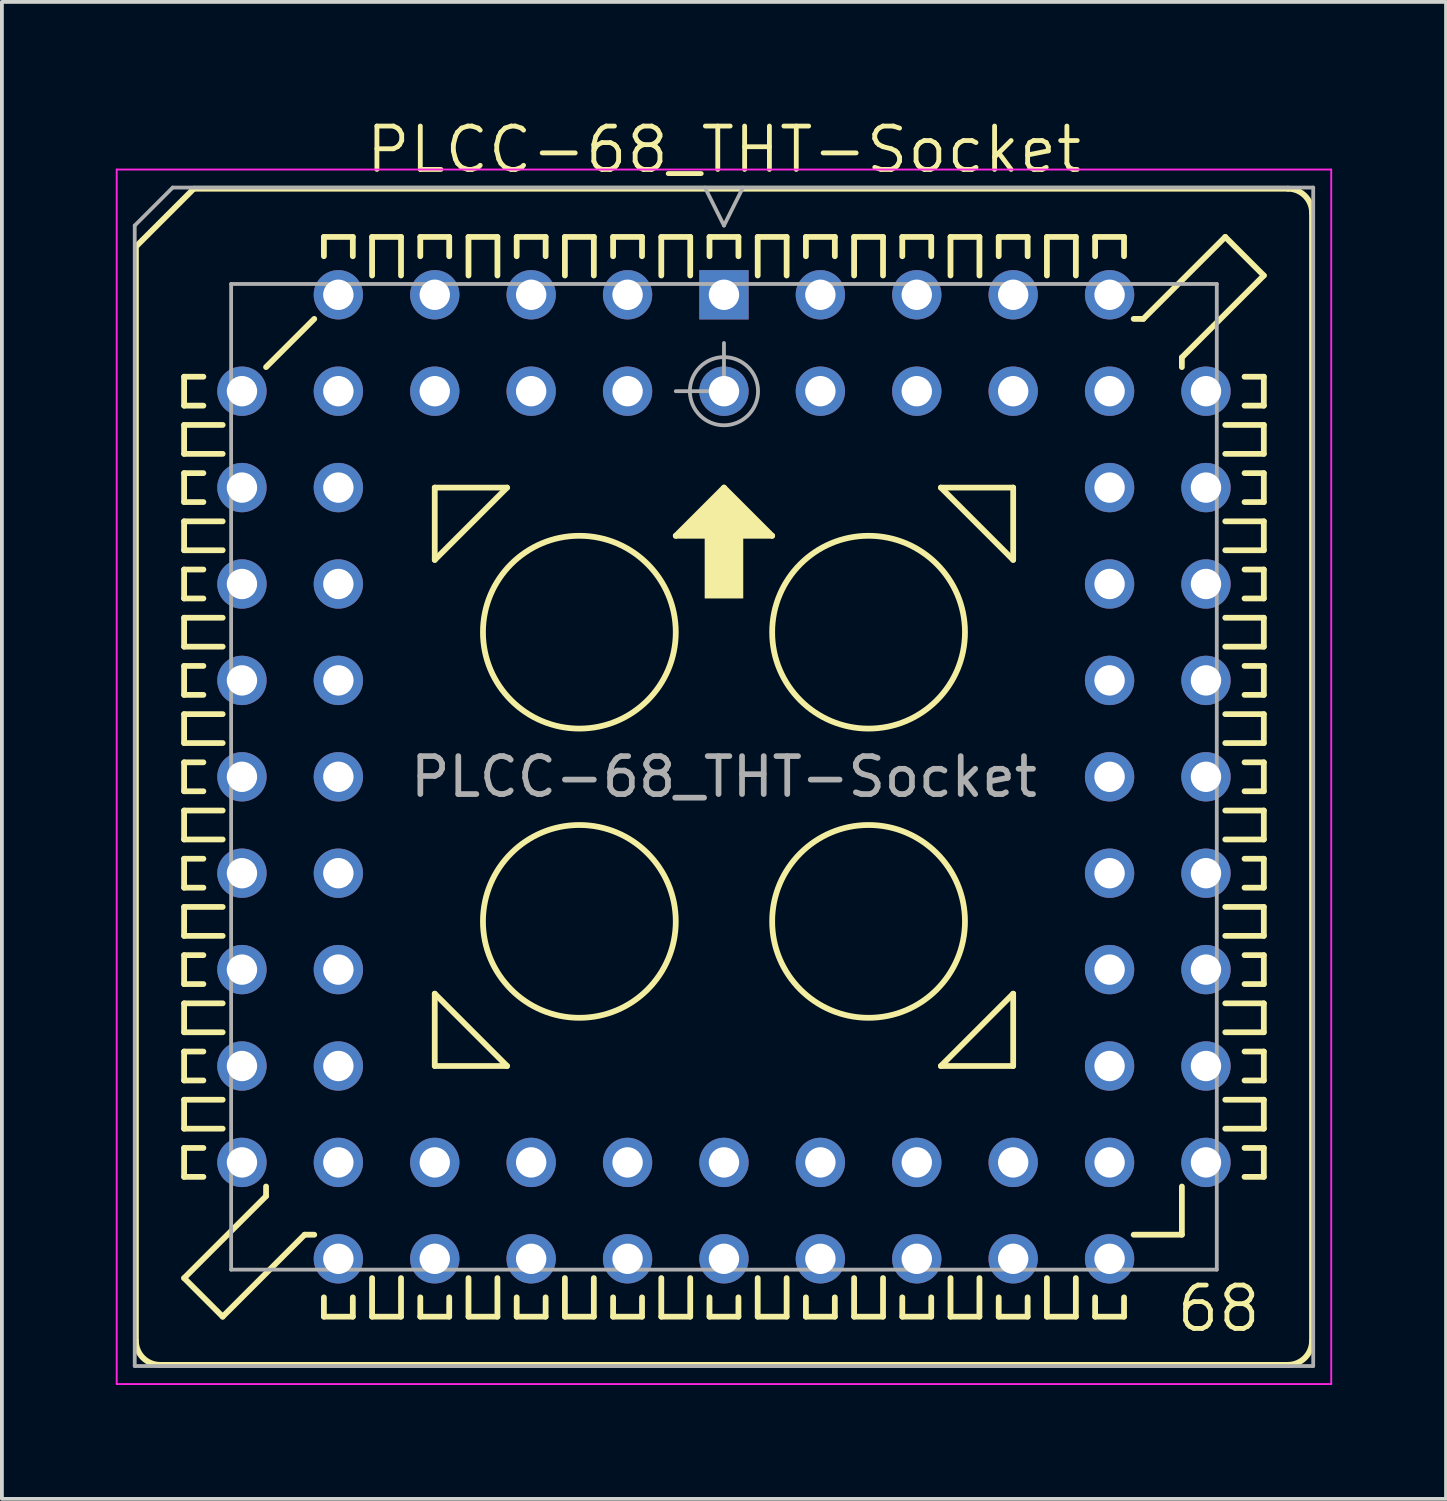
<source format=kicad_pcb>
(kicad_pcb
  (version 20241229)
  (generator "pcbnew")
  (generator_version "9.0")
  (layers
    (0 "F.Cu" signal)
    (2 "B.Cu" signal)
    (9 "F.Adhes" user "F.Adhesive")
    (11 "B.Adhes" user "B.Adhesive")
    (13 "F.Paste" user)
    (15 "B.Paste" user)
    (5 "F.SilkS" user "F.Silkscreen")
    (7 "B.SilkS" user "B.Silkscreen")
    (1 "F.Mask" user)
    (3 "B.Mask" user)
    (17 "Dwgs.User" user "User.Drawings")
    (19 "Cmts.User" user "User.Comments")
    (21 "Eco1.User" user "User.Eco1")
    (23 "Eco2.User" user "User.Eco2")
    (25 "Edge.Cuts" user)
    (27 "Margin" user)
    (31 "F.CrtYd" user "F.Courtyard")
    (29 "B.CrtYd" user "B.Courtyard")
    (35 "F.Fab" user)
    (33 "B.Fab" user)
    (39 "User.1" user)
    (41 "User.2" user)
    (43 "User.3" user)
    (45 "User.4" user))
  (footprint "PLCC-68_THT-Socket"
    (layer "F.Cu")
    (at 16.025 4.717)
    (property "Reference" "PLCC-68_THT-Socket" (at 0 -3.825 0) (layer "F.SilkS") (effects (font (size 1.143 1.143) (thickness 0.127))))
    (attr through_hole)
    (fp_line (start -15.494 -1.27) (end -15.494 27.559) (stroke (width 0.152) (type solid)) (layer "F.SilkS"))
    (fp_line (start -15.494 -1.27) (end -13.97 -2.794) (stroke (width 0.152) (type solid)) (layer "F.SilkS"))
    (fp_line (start -14.859 28.194) (end 14.859 28.194) (stroke (width 0.152) (type solid)) (layer "F.SilkS"))
    (fp_line (start -14.224 2.159) (end -14.224 2.921) (stroke (width 0.152) (type solid)) (layer "F.SilkS"))
    (fp_line (start -14.224 2.921) (end -13.716 2.921) (stroke (width 0.152) (type solid)) (layer "F.SilkS"))
    (fp_line (start -14.224 3.429) (end -14.224 4.191) (stroke (width 0.152) (type solid)) (layer "F.SilkS"))
    (fp_line (start -14.224 4.191) (end -13.208 4.191) (stroke (width 0.152) (type solid)) (layer "F.SilkS"))
    (fp_line (start -14.224 4.699) (end -13.716 4.699) (stroke (width 0.152) (type solid)) (layer "F.SilkS"))
    (fp_line (start -14.224 5.461) (end -14.224 4.699) (stroke (width 0.152) (type solid)) (layer "F.SilkS"))
    (fp_line (start -14.224 5.969) (end -14.224 6.731) (stroke (width 0.152) (type solid)) (layer "F.SilkS"))
    (fp_line (start -14.224 6.731) (end -13.208 6.731) (stroke (width 0.152) (type solid)) (layer "F.SilkS"))
    (fp_line (start -14.224 7.239) (end -14.224 8.001) (stroke (width 0.152) (type solid)) (layer "F.SilkS"))
    (fp_line (start -14.224 8.001) (end -13.716 8.001) (stroke (width 0.152) (type solid)) (layer "F.SilkS"))
    (fp_line (start -14.224 8.509) (end -14.224 9.271) (stroke (width 0.152) (type solid)) (layer "F.SilkS"))
    (fp_line (start -14.224 9.271) (end -13.208 9.271) (stroke (width 0.152) (type solid)) (layer "F.SilkS"))
    (fp_line (start -14.224 9.779) (end -14.224 10.541) (stroke (width 0.152) (type solid)) (layer "F.SilkS"))
    (fp_line (start -14.224 10.541) (end -13.716 10.541) (stroke (width 0.152) (type solid)) (layer "F.SilkS"))
    (fp_line (start -14.224 11.049) (end -13.208 11.049) (stroke (width 0.152) (type solid)) (layer "F.SilkS"))
    (fp_line (start -14.224 11.811) (end -14.224 11.049) (stroke (width 0.152) (type solid)) (layer "F.SilkS"))
    (fp_line (start -14.224 12.319) (end -13.716 12.319) (stroke (width 0.152) (type solid)) (layer "F.SilkS"))
    (fp_line (start -14.224 13.081) (end -14.224 12.319) (stroke (width 0.152) (type solid)) (layer "F.SilkS"))
    (fp_line (start -14.224 13.589) (end -13.208 13.589) (stroke (width 0.152) (type solid)) (layer "F.SilkS"))
    (fp_line (start -14.224 14.351) (end -14.224 13.589) (stroke (width 0.152) (type solid)) (layer "F.SilkS"))
    (fp_line (start -14.224 14.859) (end -13.716 14.859) (stroke (width 0.152) (type solid)) (layer "F.SilkS"))
    (fp_line (start -14.224 15.621) (end -14.224 14.859) (stroke (width 0.152) (type solid)) (layer "F.SilkS"))
    (fp_line (start -14.224 16.129) (end -13.208 16.129) (stroke (width 0.152) (type solid)) (layer "F.SilkS"))
    (fp_line (start -14.224 16.891) (end -14.224 16.129) (stroke (width 0.152) (type solid)) (layer "F.SilkS"))
    (fp_line (start -14.224 17.399) (end -13.716 17.399) (stroke (width 0.152) (type solid)) (layer "F.SilkS"))
    (fp_line (start -14.224 18.161) (end -14.224 17.399) (stroke (width 0.152) (type solid)) (layer "F.SilkS"))
    (fp_line (start -14.224 18.669) (end -14.224 19.431) (stroke (width 0.152) (type solid)) (layer "F.SilkS"))
    (fp_line (start -14.224 19.431) (end -13.208 19.431) (stroke (width 0.152) (type solid)) (layer "F.SilkS"))
    (fp_line (start -14.224 19.939) (end -14.224 20.701) (stroke (width 0.152) (type solid)) (layer "F.SilkS"))
    (fp_line (start -14.224 20.701) (end -13.716 20.701) (stroke (width 0.152) (type solid)) (layer "F.SilkS"))
    (fp_line (start -14.224 21.209) (end -14.224 21.971) (stroke (width 0.152) (type solid)) (layer "F.SilkS"))
    (fp_line (start -14.224 21.971) (end -13.208 21.971) (stroke (width 0.152) (type solid)) (layer "F.SilkS"))
    (fp_line (start -14.224 22.479) (end -13.716 22.479) (stroke (width 0.152) (type solid)) (layer "F.SilkS"))
    (fp_line (start -14.224 23.241) (end -14.224 22.479) (stroke (width 0.152) (type solid)) (layer "F.SilkS"))
    (fp_line (start -14.224 25.908) (end -12.065 23.749) (stroke (width 0.152) (type solid)) (layer "F.SilkS"))
    (fp_line (start -13.716 2.159) (end -14.224 2.159) (stroke (width 0.152) (type solid)) (layer "F.SilkS"))
    (fp_line (start -13.716 5.461) (end -14.224 5.461) (stroke (width 0.152) (type solid)) (layer "F.SilkS"))
    (fp_line (start -13.716 7.239) (end -14.224 7.239) (stroke (width 0.152) (type solid)) (layer "F.SilkS"))
    (fp_line (start -13.716 9.779) (end -14.224 9.779) (stroke (width 0.152) (type solid)) (layer "F.SilkS"))
    (fp_line (start -13.716 13.081) (end -14.224 13.081) (stroke (width 0.152) (type solid)) (layer "F.SilkS"))
    (fp_line (start -13.716 15.621) (end -14.224 15.621) (stroke (width 0.152) (type solid)) (layer "F.SilkS"))
    (fp_line (start -13.716 18.161) (end -14.224 18.161) (stroke (width 0.152) (type solid)) (layer "F.SilkS"))
    (fp_line (start -13.716 19.939) (end -14.224 19.939) (stroke (width 0.152) (type solid)) (layer "F.SilkS"))
    (fp_line (start -13.716 23.241) (end -14.224 23.241) (stroke (width 0.152) (type solid)) (layer "F.SilkS"))
    (fp_line (start -13.208 3.429) (end -14.224 3.429) (stroke (width 0.152) (type solid)) (layer "F.SilkS"))
    (fp_line (start -13.208 5.969) (end -14.224 5.969) (stroke (width 0.152) (type solid)) (layer "F.SilkS"))
    (fp_line (start -13.208 8.509) (end -14.224 8.509) (stroke (width 0.152) (type solid)) (layer "F.SilkS"))
    (fp_line (start -13.208 11.811) (end -14.224 11.811) (stroke (width 0.152) (type solid)) (layer "F.SilkS"))
    (fp_line (start -13.208 14.351) (end -14.224 14.351) (stroke (width 0.152) (type solid)) (layer "F.SilkS"))
    (fp_line (start -13.208 16.891) (end -14.224 16.891) (stroke (width 0.152) (type solid)) (layer "F.SilkS"))
    (fp_line (start -13.208 18.669) (end -14.224 18.669) (stroke (width 0.152) (type solid)) (layer "F.SilkS"))
    (fp_line (start -13.208 21.209) (end -14.224 21.209) (stroke (width 0.152) (type solid)) (layer "F.SilkS"))
    (fp_line (start -13.208 26.924) (end -14.224 25.908) (stroke (width 0.152) (type solid)) (layer "F.SilkS"))
    (fp_line (start -12.065 1.905) (end -10.795 0.635) (stroke (width 0.152) (type solid)) (layer "F.SilkS"))
    (fp_line (start -12.065 23.495) (end -12.065 23.749) (stroke (width 0.152) (type solid)) (layer "F.SilkS"))
    (fp_line (start -11.049 24.765) (end -13.208 26.924) (stroke (width 0.152) (type solid)) (layer "F.SilkS"))
    (fp_line (start -11.049 24.765) (end -10.795 24.765) (stroke (width 0.152) (type solid)) (layer "F.SilkS"))
    (fp_line (start -10.541 -1.524) (end -10.541 -1.016) (stroke (width 0.152) (type solid)) (layer "F.SilkS"))
    (fp_line (start -10.541 26.416) (end -10.541 26.924) (stroke (width 0.152) (type solid)) (layer "F.SilkS"))
    (fp_line (start -10.541 26.924) (end -9.779 26.924) (stroke (width 0.152) (type solid)) (layer "F.SilkS"))
    (fp_line (start -9.779 -1.524) (end -10.541 -1.524) (stroke (width 0.152) (type solid)) (layer "F.SilkS"))
    (fp_line (start -9.779 -1.016) (end -9.779 -1.524) (stroke (width 0.152) (type solid)) (layer "F.SilkS"))
    (fp_line (start -9.779 26.924) (end -9.779 26.416) (stroke (width 0.152) (type solid)) (layer "F.SilkS"))
    (fp_line (start -9.271 -1.524) (end -9.271 -0.508) (stroke (width 0.152) (type solid)) (layer "F.SilkS"))
    (fp_line (start -9.271 25.908) (end -9.271 26.924) (stroke (width 0.152) (type solid)) (layer "F.SilkS"))
    (fp_line (start -9.271 26.924) (end -8.509 26.924) (stroke (width 0.152) (type solid)) (layer "F.SilkS"))
    (fp_line (start -8.509 -1.524) (end -9.271 -1.524) (stroke (width 0.152) (type solid)) (layer "F.SilkS"))
    (fp_line (start -8.509 -0.508) (end -8.509 -1.524) (stroke (width 0.152) (type solid)) (layer "F.SilkS"))
    (fp_line (start -8.509 26.924) (end -8.509 25.908) (stroke (width 0.152) (type solid)) (layer "F.SilkS"))
    (fp_line (start -8.001 -1.524) (end -8.001 -1.016) (stroke (width 0.152) (type solid)) (layer "F.SilkS"))
    (fp_line (start -8.001 26.924) (end -8.001 26.416) (stroke (width 0.152) (type solid)) (layer "F.SilkS"))
    (fp_line (start -7.62 5.08) (end -5.715 5.08) (stroke (width 0.152) (type solid)) (layer "F.SilkS"))
    (fp_line (start -7.62 6.985) (end -7.62 5.08) (stroke (width 0.152) (type solid)) (layer "F.SilkS"))
    (fp_line (start -7.62 18.415) (end -5.715 20.32) (stroke (width 0.152) (type solid)) (layer "F.SilkS"))
    (fp_line (start -7.62 20.32) (end -7.62 18.415) (stroke (width 0.152) (type solid)) (layer "F.SilkS"))
    (fp_line (start -7.62 20.32) (end -5.715 20.32) (stroke (width 0.152) (type solid)) (layer "F.SilkS"))
    (fp_line (start -7.239 -1.524) (end -8.001 -1.524) (stroke (width 0.152) (type solid)) (layer "F.SilkS"))
    (fp_line (start -7.239 -1.016) (end -7.239 -1.524) (stroke (width 0.152) (type solid)) (layer "F.SilkS"))
    (fp_line (start -7.239 26.416) (end -7.239 26.924) (stroke (width 0.152) (type solid)) (layer "F.SilkS"))
    (fp_line (start -7.239 26.924) (end -8.001 26.924) (stroke (width 0.152) (type solid)) (layer "F.SilkS"))
    (fp_line (start -6.731 -1.524) (end -6.731 -0.508) (stroke (width 0.152) (type solid)) (layer "F.SilkS"))
    (fp_line (start -6.731 25.908) (end -6.731 26.924) (stroke (width 0.152) (type solid)) (layer "F.SilkS"))
    (fp_line (start -6.731 26.924) (end -5.969 26.924) (stroke (width 0.152) (type solid)) (layer "F.SilkS"))
    (fp_line (start -5.969 -1.524) (end -6.731 -1.524) (stroke (width 0.152) (type solid)) (layer "F.SilkS"))
    (fp_line (start -5.969 -0.508) (end -5.969 -1.524) (stroke (width 0.152) (type solid)) (layer "F.SilkS"))
    (fp_line (start -5.969 26.924) (end -5.969 25.908) (stroke (width 0.152) (type solid)) (layer "F.SilkS"))
    (fp_line (start -5.715 5.08) (end -7.62 6.985) (stroke (width 0.152) (type solid)) (layer "F.SilkS"))
    (fp_line (start -5.461 -1.524) (end -5.461 -1.016) (stroke (width 0.152) (type solid)) (layer "F.SilkS"))
    (fp_line (start -5.461 26.416) (end -5.461 26.924) (stroke (width 0.152) (type solid)) (layer "F.SilkS"))
    (fp_line (start -5.461 26.924) (end -4.699 26.924) (stroke (width 0.152) (type solid)) (layer "F.SilkS"))
    (fp_line (start -4.699 -1.524) (end -5.461 -1.524) (stroke (width 0.152) (type solid)) (layer "F.SilkS"))
    (fp_line (start -4.699 -1.016) (end -4.699 -1.524) (stroke (width 0.152) (type solid)) (layer "F.SilkS"))
    (fp_line (start -4.699 26.924) (end -4.699 26.416) (stroke (width 0.152) (type solid)) (layer "F.SilkS"))
    (fp_line (start -4.191 -1.524) (end -4.191 -0.508) (stroke (width 0.152) (type solid)) (layer "F.SilkS"))
    (fp_line (start -4.191 25.908) (end -4.191 26.924) (stroke (width 0.152) (type solid)) (layer "F.SilkS"))
    (fp_line (start -4.191 26.924) (end -3.429 26.924) (stroke (width 0.152) (type solid)) (layer "F.SilkS"))
    (fp_line (start -3.429 -1.524) (end -4.191 -1.524) (stroke (width 0.152) (type solid)) (layer "F.SilkS"))
    (fp_line (start -3.429 -0.508) (end -3.429 -1.524) (stroke (width 0.152) (type solid)) (layer "F.SilkS"))
    (fp_line (start -3.429 26.924) (end -3.429 25.908) (stroke (width 0.152) (type solid)) (layer "F.SilkS"))
    (fp_line (start -2.921 -1.524) (end -2.921 -1.016) (stroke (width 0.152) (type solid)) (layer "F.SilkS"))
    (fp_line (start -2.921 26.416) (end -2.921 26.924) (stroke (width 0.152) (type solid)) (layer "F.SilkS"))
    (fp_line (start -2.921 26.924) (end -2.159 26.924) (stroke (width 0.152) (type solid)) (layer "F.SilkS"))
    (fp_line (start -2.159 -1.524) (end -2.921 -1.524) (stroke (width 0.152) (type solid)) (layer "F.SilkS"))
    (fp_line (start -2.159 -1.016) (end -2.159 -1.524) (stroke (width 0.152) (type solid)) (layer "F.SilkS"))
    (fp_line (start -2.159 26.924) (end -2.159 26.416) (stroke (width 0.152) (type solid)) (layer "F.SilkS"))
    (fp_line (start -1.651 -1.524) (end -1.651 -0.508) (stroke (width 0.152) (type solid)) (layer "F.SilkS"))
    (fp_line (start -1.651 25.908) (end -1.651 26.924) (stroke (width 0.152) (type solid)) (layer "F.SilkS"))
    (fp_line (start -1.651 26.924) (end -0.889 26.924) (stroke (width 0.152) (type solid)) (layer "F.SilkS"))
    (fp_line (start -0.889 -1.524) (end -1.651 -1.524) (stroke (width 0.152) (type solid)) (layer "F.SilkS"))
    (fp_line (start -0.889 -0.508) (end -0.889 -1.524) (stroke (width 0.152) (type solid)) (layer "F.SilkS"))
    (fp_line (start -0.889 26.924) (end -0.889 25.908) (stroke (width 0.152) (type solid)) (layer "F.SilkS"))
    (fp_line (start -0.381 -1.524) (end -0.381 -1.016) (stroke (width 0.152) (type solid)) (layer "F.SilkS"))
    (fp_line (start -0.381 26.416) (end -0.381 26.924) (stroke (width 0.152) (type solid)) (layer "F.SilkS"))
    (fp_line (start -0.381 26.924) (end 0.381 26.924) (stroke (width 0.152) (type solid)) (layer "F.SilkS"))
    (fp_line (start 0 5.08) (end -1.27 6.35) (stroke (width 0.152) (type solid)) (layer "F.SilkS"))
    (fp_line (start 0 5.08) (end 1.27 6.35) (stroke (width 0.152) (type solid)) (layer "F.SilkS"))
    (fp_line (start 0.381 -1.524) (end -0.381 -1.524) (stroke (width 0.152) (type solid)) (layer "F.SilkS"))
    (fp_line (start 0.381 -1.016) (end 0.381 -1.524) (stroke (width 0.152) (type solid)) (layer "F.SilkS"))
    (fp_line (start 0.381 26.924) (end 0.381 26.416) (stroke (width 0.152) (type solid)) (layer "F.SilkS"))
    (fp_line (start 0.889 -1.524) (end 0.889 -0.508) (stroke (width 0.152) (type solid)) (layer "F.SilkS"))
    (fp_line (start 0.889 25.908) (end 0.889 26.924) (stroke (width 0.152) (type solid)) (layer "F.SilkS"))
    (fp_line (start 0.889 26.924) (end 1.651 26.924) (stroke (width 0.152) (type solid)) (layer "F.SilkS"))
    (fp_line (start 1.27 6.35) (end -1.27 6.35) (stroke (width 0.152) (type solid)) (layer "F.SilkS"))
    (fp_line (start 1.651 -1.524) (end 0.889 -1.524) (stroke (width 0.152) (type solid)) (layer "F.SilkS"))
    (fp_line (start 1.651 -0.508) (end 1.651 -1.524) (stroke (width 0.152) (type solid)) (layer "F.SilkS"))
    (fp_line (start 1.651 26.924) (end 1.651 25.908) (stroke (width 0.152) (type solid)) (layer "F.SilkS"))
    (fp_line (start 2.159 -1.524) (end 2.159 -1.016) (stroke (width 0.152) (type solid)) (layer "F.SilkS"))
    (fp_line (start 2.159 26.416) (end 2.159 26.924) (stroke (width 0.152) (type solid)) (layer "F.SilkS"))
    (fp_line (start 2.159 26.924) (end 2.921 26.924) (stroke (width 0.152) (type solid)) (layer "F.SilkS"))
    (fp_line (start 2.921 -1.524) (end 2.159 -1.524) (stroke (width 0.152) (type solid)) (layer "F.SilkS"))
    (fp_line (start 2.921 -1.016) (end 2.921 -1.524) (stroke (width 0.152) (type solid)) (layer "F.SilkS"))
    (fp_line (start 2.921 26.924) (end 2.921 26.416) (stroke (width 0.152) (type solid)) (layer "F.SilkS"))
    (fp_line (start 3.429 -1.524) (end 3.429 -0.508) (stroke (width 0.152) (type solid)) (layer "F.SilkS"))
    (fp_line (start 3.429 25.908) (end 3.429 26.924) (stroke (width 0.152) (type solid)) (layer "F.SilkS"))
    (fp_line (start 3.429 26.924) (end 4.191 26.924) (stroke (width 0.152) (type solid)) (layer "F.SilkS"))
    (fp_line (start 4.191 -1.524) (end 3.429 -1.524) (stroke (width 0.152) (type solid)) (layer "F.SilkS"))
    (fp_line (start 4.191 -0.508) (end 4.191 -1.524) (stroke (width 0.152) (type solid)) (layer "F.SilkS"))
    (fp_line (start 4.191 26.924) (end 4.191 25.908) (stroke (width 0.152) (type solid)) (layer "F.SilkS"))
    (fp_line (start 4.699 -1.524) (end 4.699 -1.016) (stroke (width 0.152) (type solid)) (layer "F.SilkS"))
    (fp_line (start 4.699 26.416) (end 4.699 26.924) (stroke (width 0.152) (type solid)) (layer "F.SilkS"))
    (fp_line (start 4.699 26.924) (end 5.461 26.924) (stroke (width 0.152) (type solid)) (layer "F.SilkS"))
    (fp_line (start 5.461 -1.524) (end 4.699 -1.524) (stroke (width 0.152) (type solid)) (layer "F.SilkS"))
    (fp_line (start 5.461 -1.016) (end 5.461 -1.524) (stroke (width 0.152) (type solid)) (layer "F.SilkS"))
    (fp_line (start 5.461 26.924) (end 5.461 26.416) (stroke (width 0.152) (type solid)) (layer "F.SilkS"))
    (fp_line (start 5.715 5.08) (end 7.62 5.08) (stroke (width 0.152) (type solid)) (layer "F.SilkS"))
    (fp_line (start 5.715 20.32) (end 7.62 20.32) (stroke (width 0.152) (type solid)) (layer "F.SilkS"))
    (fp_line (start 5.969 -1.524) (end 5.969 -0.508) (stroke (width 0.152) (type solid)) (layer "F.SilkS"))
    (fp_line (start 5.969 25.908) (end 5.969 26.924) (stroke (width 0.152) (type solid)) (layer "F.SilkS"))
    (fp_line (start 5.969 26.924) (end 6.731 26.924) (stroke (width 0.152) (type solid)) (layer "F.SilkS"))
    (fp_line (start 6.731 -1.524) (end 5.969 -1.524) (stroke (width 0.152) (type solid)) (layer "F.SilkS"))
    (fp_line (start 6.731 -0.508) (end 6.731 -1.524) (stroke (width 0.152) (type solid)) (layer "F.SilkS"))
    (fp_line (start 6.731 26.924) (end 6.731 25.908) (stroke (width 0.152) (type solid)) (layer "F.SilkS"))
    (fp_line (start 7.239 -1.524) (end 8.001 -1.524) (stroke (width 0.152) (type solid)) (layer "F.SilkS"))
    (fp_line (start 7.239 -1.016) (end 7.239 -1.524) (stroke (width 0.152) (type solid)) (layer "F.SilkS"))
    (fp_line (start 7.239 26.416) (end 7.239 26.924) (stroke (width 0.152) (type solid)) (layer "F.SilkS"))
    (fp_line (start 7.239 26.924) (end 8.001 26.924) (stroke (width 0.152) (type solid)) (layer "F.SilkS"))
    (fp_line (start 7.62 5.08) (end 7.62 6.985) (stroke (width 0.152) (type solid)) (layer "F.SilkS"))
    (fp_line (start 7.62 6.985) (end 5.715 5.08) (stroke (width 0.152) (type solid)) (layer "F.SilkS"))
    (fp_line (start 7.62 18.415) (end 5.715 20.32) (stroke (width 0.152) (type solid)) (layer "F.SilkS"))
    (fp_line (start 7.62 20.32) (end 7.62 18.415) (stroke (width 0.152) (type solid)) (layer "F.SilkS"))
    (fp_line (start 8.001 -1.524) (end 8.001 -1.016) (stroke (width 0.152) (type solid)) (layer "F.SilkS"))
    (fp_line (start 8.001 26.924) (end 8.001 26.416) (stroke (width 0.152) (type solid)) (layer "F.SilkS"))
    (fp_line (start 8.509 -1.524) (end 8.509 -0.508) (stroke (width 0.152) (type solid)) (layer "F.SilkS"))
    (fp_line (start 8.509 25.908) (end 8.509 26.924) (stroke (width 0.152) (type solid)) (layer "F.SilkS"))
    (fp_line (start 8.509 26.924) (end 9.271 26.924) (stroke (width 0.152) (type solid)) (layer "F.SilkS"))
    (fp_line (start 9.271 -1.524) (end 8.509 -1.524) (stroke (width 0.152) (type solid)) (layer "F.SilkS"))
    (fp_line (start 9.271 -0.508) (end 9.271 -1.524) (stroke (width 0.152) (type solid)) (layer "F.SilkS"))
    (fp_line (start 9.271 26.924) (end 9.271 25.908) (stroke (width 0.152) (type solid)) (layer "F.SilkS"))
    (fp_line (start 9.779 -1.524) (end 9.779 -1.016) (stroke (width 0.152) (type solid)) (layer "F.SilkS"))
    (fp_line (start 9.779 26.416) (end 9.779 26.924) (stroke (width 0.152) (type solid)) (layer "F.SilkS"))
    (fp_line (start 9.779 26.924) (end 10.541 26.924) (stroke (width 0.152) (type solid)) (layer "F.SilkS"))
    (fp_line (start 10.541 -1.524) (end 9.779 -1.524) (stroke (width 0.152) (type solid)) (layer "F.SilkS"))
    (fp_line (start 10.541 -1.016) (end 10.541 -1.524) (stroke (width 0.152) (type solid)) (layer "F.SilkS"))
    (fp_line (start 10.541 26.924) (end 10.541 26.416) (stroke (width 0.152) (type solid)) (layer "F.SilkS"))
    (fp_line (start 10.795 0.635) (end 11.049 0.635) (stroke (width 0.152) (type solid)) (layer "F.SilkS"))
    (fp_line (start 12.065 1.651) (end 12.065 1.905) (stroke (width 0.152) (type solid)) (layer "F.SilkS"))
    (fp_line (start 12.065 1.651) (end 14.224 -0.508) (stroke (width 0.152) (type solid)) (layer "F.SilkS"))
    (fp_line (start 12.065 24.765) (end 10.795 24.765) (stroke (width 0.152) (type solid)) (layer "F.SilkS"))
    (fp_line (start 12.065 24.765) (end 12.065 23.495) (stroke (width 0.152) (type solid)) (layer "F.SilkS"))
    (fp_line (start 13.208 -1.524) (end 11.049 0.635) (stroke (width 0.152) (type solid)) (layer "F.SilkS"))
    (fp_line (start 13.208 4.191) (end 14.224 4.191) (stroke (width 0.152) (type solid)) (layer "F.SilkS"))
    (fp_line (start 13.208 6.731) (end 14.224 6.731) (stroke (width 0.152) (type solid)) (layer "F.SilkS"))
    (fp_line (start 13.208 8.509) (end 14.224 8.509) (stroke (width 0.152) (type solid)) (layer "F.SilkS"))
    (fp_line (start 13.208 11.049) (end 14.224 11.049) (stroke (width 0.152) (type solid)) (layer "F.SilkS"))
    (fp_line (start 13.208 13.589) (end 14.224 13.589) (stroke (width 0.152) (type solid)) (layer "F.SilkS"))
    (fp_line (start 13.208 16.891) (end 14.224 16.891) (stroke (width 0.152) (type solid)) (layer "F.SilkS"))
    (fp_line (start 13.208 19.431) (end 14.224 19.431) (stroke (width 0.152) (type solid)) (layer "F.SilkS"))
    (fp_line (start 13.208 21.971) (end 14.224 21.971) (stroke (width 0.152) (type solid)) (layer "F.SilkS"))
    (fp_line (start 13.716 2.159) (end 14.224 2.159) (stroke (width 0.152) (type solid)) (layer "F.SilkS"))
    (fp_line (start 13.716 5.461) (end 14.224 5.461) (stroke (width 0.152) (type solid)) (layer "F.SilkS"))
    (fp_line (start 13.716 7.239) (end 14.224 7.239) (stroke (width 0.152) (type solid)) (layer "F.SilkS"))
    (fp_line (start 13.716 9.779) (end 14.224 9.779) (stroke (width 0.152) (type solid)) (layer "F.SilkS"))
    (fp_line (start 13.716 12.319) (end 14.224 12.319) (stroke (width 0.152) (type solid)) (layer "F.SilkS"))
    (fp_line (start 13.716 15.621) (end 14.224 15.621) (stroke (width 0.152) (type solid)) (layer "F.SilkS"))
    (fp_line (start 13.716 18.161) (end 14.224 18.161) (stroke (width 0.152) (type solid)) (layer "F.SilkS"))
    (fp_line (start 13.716 19.939) (end 14.224 19.939) (stroke (width 0.152) (type solid)) (layer "F.SilkS"))
    (fp_line (start 13.716 23.241) (end 14.224 23.241) (stroke (width 0.152) (type solid)) (layer "F.SilkS"))
    (fp_line (start 14.224 -0.508) (end 13.208 -1.524) (stroke (width 0.152) (type solid)) (layer "F.SilkS"))
    (fp_line (start 14.224 2.159) (end 14.224 2.921) (stroke (width 0.152) (type solid)) (layer "F.SilkS"))
    (fp_line (start 14.224 2.921) (end 13.716 2.921) (stroke (width 0.152) (type solid)) (layer "F.SilkS"))
    (fp_line (start 14.224 3.429) (end 13.208 3.429) (stroke (width 0.152) (type solid)) (layer "F.SilkS"))
    (fp_line (start 14.224 4.191) (end 14.224 3.429) (stroke (width 0.152) (type solid)) (layer "F.SilkS"))
    (fp_line (start 14.224 4.699) (end 13.716 4.699) (stroke (width 0.152) (type solid)) (layer "F.SilkS"))
    (fp_line (start 14.224 5.461) (end 14.224 4.699) (stroke (width 0.152) (type solid)) (layer "F.SilkS"))
    (fp_line (start 14.224 5.969) (end 13.208 5.969) (stroke (width 0.152) (type solid)) (layer "F.SilkS"))
    (fp_line (start 14.224 6.731) (end 14.224 5.969) (stroke (width 0.152) (type solid)) (layer "F.SilkS"))
    (fp_line (start 14.224 7.239) (end 14.224 8.001) (stroke (width 0.152) (type solid)) (layer "F.SilkS"))
    (fp_line (start 14.224 8.001) (end 13.716 8.001) (stroke (width 0.152) (type solid)) (layer "F.SilkS"))
    (fp_line (start 14.224 8.509) (end 14.224 9.271) (stroke (width 0.152) (type solid)) (layer "F.SilkS"))
    (fp_line (start 14.224 9.271) (end 13.208 9.271) (stroke (width 0.152) (type solid)) (layer "F.SilkS"))
    (fp_line (start 14.224 9.779) (end 14.224 10.541) (stroke (width 0.152) (type solid)) (layer "F.SilkS"))
    (fp_line (start 14.224 10.541) (end 13.716 10.541) (stroke (width 0.152) (type solid)) (layer "F.SilkS"))
    (fp_line (start 14.224 11.049) (end 14.224 11.811) (stroke (width 0.152) (type solid)) (layer "F.SilkS"))
    (fp_line (start 14.224 11.811) (end 13.208 11.811) (stroke (width 0.152) (type solid)) (layer "F.SilkS"))
    (fp_line (start 14.224 12.319) (end 14.224 13.081) (stroke (width 0.152) (type solid)) (layer "F.SilkS"))
    (fp_line (start 14.224 13.081) (end 13.716 13.081) (stroke (width 0.152) (type solid)) (layer "F.SilkS"))
    (fp_line (start 14.224 13.589) (end 14.224 14.351) (stroke (width 0.152) (type solid)) (layer "F.SilkS"))
    (fp_line (start 14.224 14.351) (end 13.208 14.351) (stroke (width 0.152) (type solid)) (layer "F.SilkS"))
    (fp_line (start 14.224 14.859) (end 13.716 14.859) (stroke (width 0.152) (type solid)) (layer "F.SilkS"))
    (fp_line (start 14.224 15.621) (end 14.224 14.859) (stroke (width 0.152) (type solid)) (layer "F.SilkS"))
    (fp_line (start 14.224 16.129) (end 13.208 16.129) (stroke (width 0.152) (type solid)) (layer "F.SilkS"))
    (fp_line (start 14.224 16.891) (end 14.224 16.129) (stroke (width 0.152) (type solid)) (layer "F.SilkS"))
    (fp_line (start 14.224 17.399) (end 13.716 17.399) (stroke (width 0.152) (type solid)) (layer "F.SilkS"))
    (fp_line (start 14.224 18.161) (end 14.224 17.399) (stroke (width 0.152) (type solid)) (layer "F.SilkS"))
    (fp_line (start 14.224 18.669) (end 13.208 18.669) (stroke (width 0.152) (type solid)) (layer "F.SilkS"))
    (fp_line (start 14.224 19.431) (end 14.224 18.669) (stroke (width 0.152) (type solid)) (layer "F.SilkS"))
    (fp_line (start 14.224 19.939) (end 14.224 20.701) (stroke (width 0.152) (type solid)) (layer "F.SilkS"))
    (fp_line (start 14.224 20.701) (end 13.716 20.701) (stroke (width 0.152) (type solid)) (layer "F.SilkS"))
    (fp_line (start 14.224 21.209) (end 13.208 21.209) (stroke (width 0.152) (type solid)) (layer "F.SilkS"))
    (fp_line (start 14.224 21.971) (end 14.224 21.209) (stroke (width 0.152) (type solid)) (layer "F.SilkS"))
    (fp_line (start 14.224 22.479) (end 13.716 22.479) (stroke (width 0.152) (type solid)) (layer "F.SilkS"))
    (fp_line (start 14.224 23.241) (end 14.224 22.479) (stroke (width 0.152) (type solid)) (layer "F.SilkS"))
    (fp_line (start 14.859 -2.794) (end -13.97 -2.794) (stroke (width 0.152) (type solid)) (layer "F.SilkS"))
    (fp_line (start 15.494 -2.159) (end 15.494 27.559) (stroke (width 0.152) (type solid)) (layer "F.SilkS"))
    (fp_arc (start -14.859 28.194) (mid -15.308013 28.008013) (end -15.494 27.559) (stroke (width 0.1524) (type default)) (layer "F.SilkS"))
    (fp_arc (start 14.859 -2.794) (mid 15.308013 -2.608013) (end 15.494 -2.159) (stroke (width 0.1524) (type default)) (layer "F.SilkS"))
    (fp_arc (start 15.494 27.559) (mid 15.308013 28.008013) (end 14.859 28.194) (stroke (width 0.1524) (type default)) (layer "F.SilkS"))
    (fp_circle (center -3.81 8.89) (end -1.27 8.89) (stroke (width 0.152) (type default)) (fill no) (layer "F.SilkS"))
    (fp_circle (center -3.81 16.51) (end -1.27 16.51) (stroke (width 0.152) (type default)) (fill no) (layer "F.SilkS"))
    (fp_circle (center 3.81 8.89) (end 6.35 8.89) (stroke (width 0.152) (type default)) (fill no) (layer "F.SilkS"))
    (fp_circle (center 3.81 16.51) (end 6.35 16.51) (stroke (width 0.152) (type default)) (fill no) (layer "F.SilkS"))
    (fp_poly (pts (xy -1.27 6.35) (xy 0 5.08) (xy 1.27 6.35)) (stroke (width 0.1) (type solid)) (fill yes) (layer "F.SilkS"))
    (fp_poly (pts (xy 0.508 6.35) (xy -0.508 6.35) (xy -0.508 8.001) (xy 0.508 8.001)) (stroke (width 0) (type solid)) (fill yes) (layer "F.SilkS"))
    (fp_line (start -16 -3.3) (end -16 28.7) (stroke (width 0.05) (type solid)) (layer "F.CrtYd"))
    (fp_line (start -16 28.7) (end 16 28.7) (stroke (width 0.05) (type solid)) (layer "F.CrtYd"))
    (fp_line (start 16 -3.3) (end -16 -3.3) (stroke (width 0.05) (type solid)) (layer "F.CrtYd"))
    (fp_line (start 16 28.7) (end 16 -3.3) (stroke (width 0.05) (type solid)) (layer "F.CrtYd"))
    (fp_line (start -15.525 -1.825) (end -15.525 28.225) (stroke (width 0.1) (type solid)) (layer "F.Fab"))
    (fp_line (start -15.525 28.225) (end 15.525 28.225) (stroke (width 0.1) (type solid)) (layer "F.Fab"))
    (fp_line (start -14.525 -2.825) (end -15.525 -1.825) (stroke (width 0.1) (type solid)) (layer "F.Fab"))
    (fp_line (start -12.985 -0.285) (end -12.985 25.685) (stroke (width 0.1) (type solid)) (layer "F.Fab"))
    (fp_line (start -12.985 25.685) (end 12.985 25.685) (stroke (width 0.1) (type solid)) (layer "F.Fab"))
    (fp_line (start -0.5 -2.825) (end 0 -1.825) (stroke (width 0.1) (type solid)) (layer "F.Fab"))
    (fp_line (start 0 -1.825) (end 0.5 -2.825) (stroke (width 0.1) (type solid)) (layer "F.Fab"))
    (fp_line (start 0 1.27) (end 0 2.54) (stroke (width 0.1) (type default)) (layer "F.Fab"))
    (fp_line (start 0 2.54) (end -1.27 2.54) (stroke (width 0.1) (type default)) (layer "F.Fab"))
    (fp_line (start 12.985 -0.285) (end -12.985 -0.285) (stroke (width 0.1) (type solid)) (layer "F.Fab"))
    (fp_line (start 12.985 25.685) (end 12.985 -0.285) (stroke (width 0.1) (type solid)) (layer "F.Fab"))
    (fp_line (start 15.525 -2.825) (end -14.525 -2.825) (stroke (width 0.1) (type solid)) (layer "F.Fab"))
    (fp_line (start 15.525 28.225) (end 15.525 -2.825) (stroke (width 0.1) (type solid)) (layer "F.Fab"))
    (fp_circle (center 0 2.54) (end 0.635 3.175) (stroke (width 0.1) (type default)) (fill no) (layer "F.Fab"))
    (fp_text user "68" (at 11.862 27.381 0) (unlocked yes) (layer "F.SilkS") (effects (font (size 1.143 1.143) (thickness 0.127)) (justify left bottom)))
    (fp_text user "${REFERENCE}" (at 0 12.7 0) (layer "F.Fab") (effects (font (size 1 1) (thickness 0.15))))
    (pad "1" thru_hole rect (at 0 0) (size 1.3 1.3) (drill 0.8) (layers "*.Cu" "*.Mask"))
    (pad "2" thru_hole circle (at 0 2.54) (size 1.3 1.3) (drill 0.8) (layers "*.Cu" "*.Mask"))
    (pad "3" thru_hole circle (at -2.54 0) (size 1.3 1.3) (drill 0.8) (layers "*.Cu" "*.Mask"))
    (pad "4" thru_hole circle (at -2.54 2.54) (size 1.3 1.3) (drill 0.8) (layers "*.Cu" "*.Mask"))
    (pad "5" thru_hole circle (at -5.08 0) (size 1.3 1.3) (drill 0.8) (layers "*.Cu" "*.Mask"))
    (pad "6" thru_hole circle (at -5.08 2.54) (size 1.3 1.3) (drill 0.8) (layers "*.Cu" "*.Mask"))
    (pad "7" thru_hole circle (at -7.62 0) (size 1.3 1.3) (drill 0.8) (layers "*.Cu" "*.Mask"))
    (pad "8" thru_hole circle (at -7.62 2.54) (size 1.3 1.3) (drill 0.8) (layers "*.Cu" "*.Mask"))
    (pad "9" thru_hole circle (at -10.16 0) (size 1.3 1.3) (drill 0.8) (layers "*.Cu" "*.Mask"))
    (pad "10" thru_hole circle (at -12.7 2.54) (size 1.3 1.3) (drill 0.8) (layers "*.Cu" "*.Mask"))
    (pad "11" thru_hole circle (at -10.16 2.54) (size 1.3 1.3) (drill 0.8) (layers "*.Cu" "*.Mask"))
    (pad "12" thru_hole circle (at -12.7 5.08) (size 1.3 1.3) (drill 0.8) (layers "*.Cu" "*.Mask"))
    (pad "13" thru_hole circle (at -10.16 5.08) (size 1.3 1.3) (drill 0.8) (layers "*.Cu" "*.Mask"))
    (pad "14" thru_hole circle (at -12.7 7.62) (size 1.3 1.3) (drill 0.8) (layers "*.Cu" "*.Mask"))
    (pad "15" thru_hole circle (at -10.16 7.62) (size 1.3 1.3) (drill 0.8) (layers "*.Cu" "*.Mask"))
    (pad "16" thru_hole circle (at -12.7 10.16) (size 1.3 1.3) (drill 0.8) (layers "*.Cu" "*.Mask"))
    (pad "17" thru_hole circle (at -10.16 10.16) (size 1.3 1.3) (drill 0.8) (layers "*.Cu" "*.Mask"))
    (pad "18" thru_hole circle (at -12.7 12.7) (size 1.3 1.3) (drill 0.8) (layers "*.Cu" "*.Mask"))
    (pad "19" thru_hole circle (at -10.16 12.7) (size 1.3 1.3) (drill 0.8) (layers "*.Cu" "*.Mask"))
    (pad "20" thru_hole circle (at -12.7 15.24) (size 1.3 1.3) (drill 0.8) (layers "*.Cu" "*.Mask"))
    (pad "21" thru_hole circle (at -10.16 15.24) (size 1.3 1.3) (drill 0.8) (layers "*.Cu" "*.Mask"))
    (pad "22" thru_hole circle (at -12.7 17.78) (size 1.3 1.3) (drill 0.8) (layers "*.Cu" "*.Mask"))
    (pad "23" thru_hole circle (at -10.16 17.78) (size 1.3 1.3) (drill 0.8) (layers "*.Cu" "*.Mask"))
    (pad "24" thru_hole circle (at -12.7 20.32) (size 1.3 1.3) (drill 0.8) (layers "*.Cu" "*.Mask"))
    (pad "25" thru_hole circle (at -10.16 20.32) (size 1.3 1.3) (drill 0.8) (layers "*.Cu" "*.Mask"))
    (pad "26" thru_hole circle (at -12.7 22.86) (size 1.3 1.3) (drill 0.8) (layers "*.Cu" "*.Mask"))
    (pad "27" thru_hole circle (at -10.16 25.4) (size 1.3 1.3) (drill 0.8) (layers "*.Cu" "*.Mask"))
    (pad "28" thru_hole circle (at -10.16 22.86) (size 1.3 1.3) (drill 0.8) (layers "*.Cu" "*.Mask"))
    (pad "29" thru_hole circle (at -7.62 25.4) (size 1.3 1.3) (drill 0.8) (layers "*.Cu" "*.Mask"))
    (pad "30" thru_hole circle (at -7.62 22.86) (size 1.3 1.3) (drill 0.8) (layers "*.Cu" "*.Mask"))
    (pad "31" thru_hole circle (at -5.08 25.4) (size 1.3 1.3) (drill 0.8) (layers "*.Cu" "*.Mask"))
    (pad "32" thru_hole circle (at -5.08 22.86) (size 1.3 1.3) (drill 0.8) (layers "*.Cu" "*.Mask"))
    (pad "33" thru_hole circle (at -2.54 25.4) (size 1.3 1.3) (drill 0.8) (layers "*.Cu" "*.Mask"))
    (pad "34" thru_hole circle (at -2.54 22.86) (size 1.3 1.3) (drill 0.8) (layers "*.Cu" "*.Mask"))
    (pad "35" thru_hole circle (at 0 25.4) (size 1.3 1.3) (drill 0.8) (layers "*.Cu" "*.Mask"))
    (pad "36" thru_hole circle (at 0 22.86) (size 1.3 1.3) (drill 0.8) (layers "*.Cu" "*.Mask"))
    (pad "37" thru_hole circle (at 2.54 25.4) (size 1.3 1.3) (drill 0.8) (layers "*.Cu" "*.Mask"))
    (pad "38" thru_hole circle (at 2.54 22.86) (size 1.3 1.3) (drill 0.8) (layers "*.Cu" "*.Mask"))
    (pad "39" thru_hole circle (at 5.08 25.4) (size 1.3 1.3) (drill 0.8) (layers "*.Cu" "*.Mask"))
    (pad "40" thru_hole circle (at 5.08 22.86) (size 1.3 1.3) (drill 0.8) (layers "*.Cu" "*.Mask"))
    (pad "41" thru_hole circle (at 7.62 25.4) (size 1.3 1.3) (drill 0.8) (layers "*.Cu" "*.Mask"))
    (pad "42" thru_hole circle (at 7.62 22.86) (size 1.3 1.3) (drill 0.8) (layers "*.Cu" "*.Mask"))
    (pad "43" thru_hole circle (at 10.16 25.4) (size 1.3 1.3) (drill 0.8) (layers "*.Cu" "*.Mask"))
    (pad "44" thru_hole circle (at 12.7 22.86) (size 1.3 1.3) (drill 0.8) (layers "*.Cu" "*.Mask"))
    (pad "45" thru_hole circle (at 10.16 22.86) (size 1.3 1.3) (drill 0.8) (layers "*.Cu" "*.Mask"))
    (pad "46" thru_hole circle (at 12.7 20.32) (size 1.3 1.3) (drill 0.8) (layers "*.Cu" "*.Mask"))
    (pad "47" thru_hole circle (at 10.16 20.32) (size 1.3 1.3) (drill 0.8) (layers "*.Cu" "*.Mask"))
    (pad "48" thru_hole circle (at 12.7 17.78) (size 1.3 1.3) (drill 0.8) (layers "*.Cu" "*.Mask"))
    (pad "49" thru_hole circle (at 10.16 17.78) (size 1.3 1.3) (drill 0.8) (layers "*.Cu" "*.Mask"))
    (pad "50" thru_hole circle (at 12.7 15.24) (size 1.3 1.3) (drill 0.8) (layers "*.Cu" "*.Mask"))
    (pad "51" thru_hole circle (at 10.16 15.24) (size 1.3 1.3) (drill 0.8) (layers "*.Cu" "*.Mask"))
    (pad "52" thru_hole circle (at 12.7 12.7) (size 1.3 1.3) (drill 0.8) (layers "*.Cu" "*.Mask"))
    (pad "53" thru_hole circle (at 10.16 12.7) (size 1.3 1.3) (drill 0.8) (layers "*.Cu" "*.Mask"))
    (pad "54" thru_hole circle (at 12.7 10.16) (size 1.3 1.3) (drill 0.8) (layers "*.Cu" "*.Mask"))
    (pad "55" thru_hole circle (at 10.16 10.16) (size 1.3 1.3) (drill 0.8) (layers "*.Cu" "*.Mask"))
    (pad "56" thru_hole circle (at 12.7 7.62) (size 1.3 1.3) (drill 0.8) (layers "*.Cu" "*.Mask"))
    (pad "57" thru_hole circle (at 10.16 7.62) (size 1.3 1.3) (drill 0.8) (layers "*.Cu" "*.Mask"))
    (pad "58" thru_hole circle (at 12.7 5.08) (size 1.3 1.3) (drill 0.8) (layers "*.Cu" "*.Mask"))
    (pad "59" thru_hole circle (at 10.16 5.08) (size 1.3 1.3) (drill 0.8) (layers "*.Cu" "*.Mask"))
    (pad "60" thru_hole circle (at 12.7 2.54) (size 1.3 1.3) (drill 0.8) (layers "*.Cu" "*.Mask"))
    (pad "61" thru_hole circle (at 10.16 0) (size 1.3 1.3) (drill 0.8) (layers "*.Cu" "*.Mask"))
    (pad "62" thru_hole circle (at 10.16 2.54) (size 1.3 1.3) (drill 0.8) (layers "*.Cu" "*.Mask"))
    (pad "63" thru_hole circle (at 7.62 0) (size 1.3 1.3) (drill 0.8) (layers "*.Cu" "*.Mask"))
    (pad "64" thru_hole circle (at 7.62 2.54) (size 1.3 1.3) (drill 0.8) (layers "*.Cu" "*.Mask"))
    (pad "65" thru_hole circle (at 5.08 0) (size 1.3 1.3) (drill 0.8) (layers "*.Cu" "*.Mask"))
    (pad "66" thru_hole circle (at 5.08 2.54) (size 1.3 1.3) (drill 0.8) (layers "*.Cu" "*.Mask"))
    (pad "67" thru_hole circle (at 2.54 0) (size 1.3 1.3) (drill 0.8) (layers "*.Cu" "*.Mask"))
    (pad "68" thru_hole circle (at 2.54 2.54) (size 1.3 1.3) (drill 0.8) (layers "*.Cu" "*.Mask")))
  (gr_rect
    (start -3 -3)
    (end 35.05 36.442)
    (stroke (width 0.1) (type default))
    (fill no)
    (layer "Edge.Cuts")))
</source>
